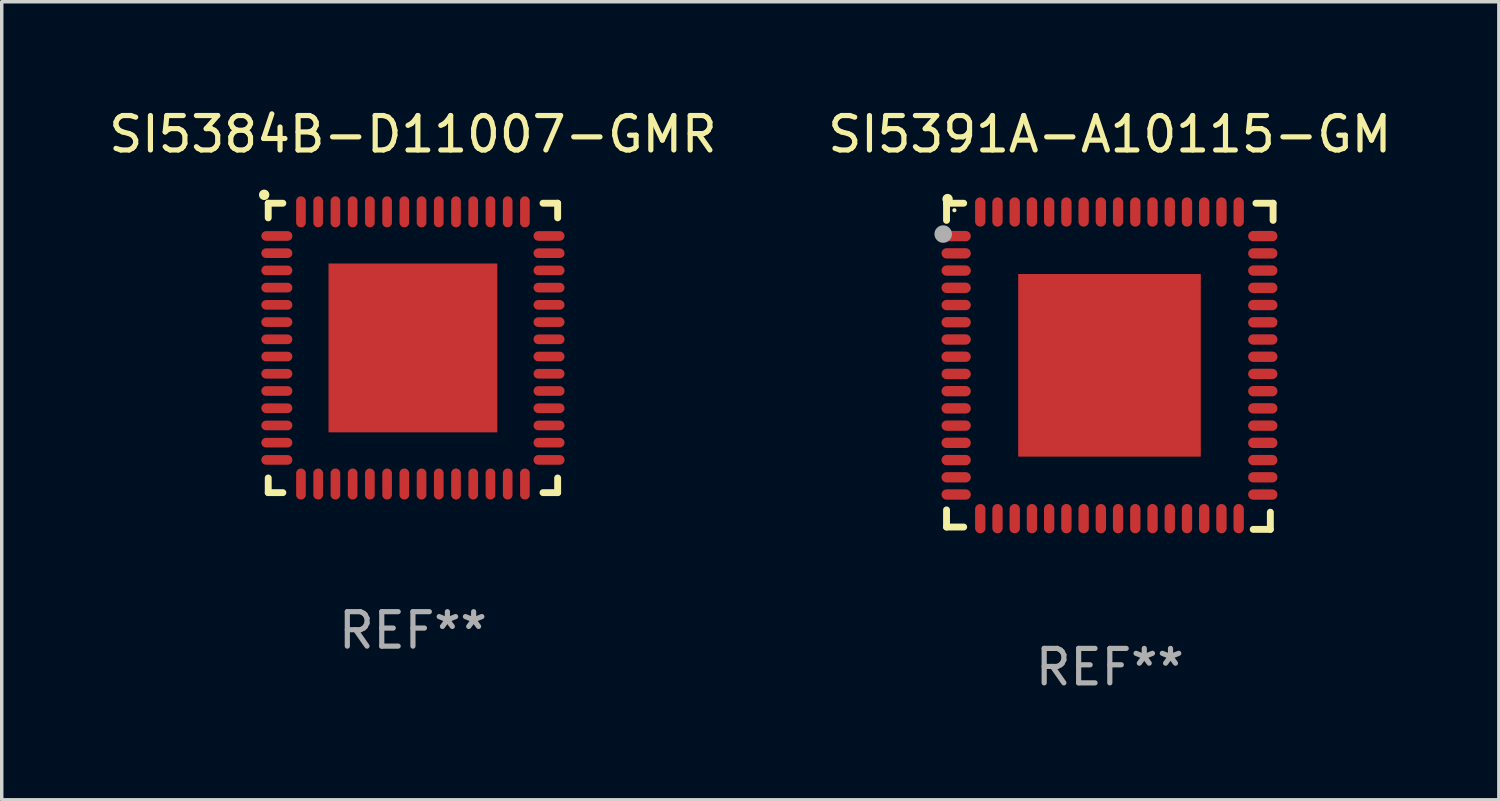
<source format=kicad_pcb>
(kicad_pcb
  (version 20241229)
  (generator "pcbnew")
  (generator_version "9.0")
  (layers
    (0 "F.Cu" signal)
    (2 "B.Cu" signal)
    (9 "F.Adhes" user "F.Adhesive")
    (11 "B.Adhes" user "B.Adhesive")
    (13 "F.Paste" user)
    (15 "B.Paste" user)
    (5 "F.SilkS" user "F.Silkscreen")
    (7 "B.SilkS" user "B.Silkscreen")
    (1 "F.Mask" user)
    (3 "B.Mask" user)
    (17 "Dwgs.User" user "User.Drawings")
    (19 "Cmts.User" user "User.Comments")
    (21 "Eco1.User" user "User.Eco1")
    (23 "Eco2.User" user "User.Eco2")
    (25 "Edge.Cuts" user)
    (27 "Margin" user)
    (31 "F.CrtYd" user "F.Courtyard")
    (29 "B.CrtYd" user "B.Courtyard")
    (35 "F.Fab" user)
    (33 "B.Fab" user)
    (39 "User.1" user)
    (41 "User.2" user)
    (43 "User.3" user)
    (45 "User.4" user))
  (footprint "SI5391A-A10115-GM"
    (layer "F.Cu")
    (at 29.161 7.581)
    (property "Reference" "SI5391A-A10115-GM" (at 0 -6.733 0) (layer "F.SilkS") (effects (font (size 1 1) (thickness 0.15))))
    (attr through_hole)
    (fp_line (start -4.739 -4.733) (end -4.241 -4.733) (stroke (width 0.2) (type solid)) (layer "F.SilkS"))
    (fp_line (start -4.739 -4.235) (end -4.739 -4.733) (stroke (width 0.2) (type solid)) (layer "F.SilkS"))
    (fp_line (start -4.739 4.168) (end -4.739 4.665) (stroke (width 0.2) (type solid)) (layer "F.SilkS"))
    (fp_line (start -4.739 4.665) (end -4.241 4.665) (stroke (width 0.2) (type solid)) (layer "F.SilkS"))
    (fp_line (start 4.161 4.733) (end 4.659 4.733) (stroke (width 0.2) (type solid)) (layer "F.SilkS"))
    (fp_line (start 4.241 -4.733) (end 4.739 -4.733) (stroke (width 0.2) (type solid)) (layer "F.SilkS"))
    (fp_line (start 4.659 4.733) (end 4.659 4.235) (stroke (width 0.2) (type solid)) (layer "F.SilkS"))
    (fp_line (start 4.739 -4.733) (end 4.739 -4.235) (stroke (width 0.2) (type solid)) (layer "F.SilkS"))
    (fp_arc (start -4.708623 -4.85108) (mid -4.708628 -4.85235) (end -4.708623 -4.85362) (stroke (width 0.3) (type solid)) (layer "F.SilkS"))
    (fp_circle (center -4.511 -4.529) (end -4.481 -4.529) (stroke (width 0.06) (type solid)) (fill no) (layer "F.SilkS"))
    (fp_circle (center -4.836 -3.838) (end -4.709 -3.838) (stroke (width 0.254) (type solid)) (fill no) (layer "F.Fab"))
    (fp_text user "REF**" (at 0 8.733 0) (layer "F.Fab") (effects (font (size 1 1) (thickness 0.15))))
    (pad "1" smd oval (at -4.46 -3.778) (size 0.85 0.3) (layers "F.Cu" "F.Mask" "F.Paste"))
    (pad "2" smd oval (at -4.46 -3.278) (size 0.85 0.3) (layers "F.Cu" "F.Mask" "F.Paste"))
    (pad "3" smd oval (at -4.46 -2.778) (size 0.85 0.3) (layers "F.Cu" "F.Mask" "F.Paste"))
    (pad "4" smd oval (at -4.46 -2.278) (size 0.85 0.3) (layers "F.Cu" "F.Mask" "F.Paste"))
    (pad "5" smd oval (at -4.46 -1.778) (size 0.85 0.3) (layers "F.Cu" "F.Mask" "F.Paste"))
    (pad "6" smd oval (at -4.46 -1.278) (size 0.85 0.3) (layers "F.Cu" "F.Mask" "F.Paste"))
    (pad "7" smd oval (at -4.46 -0.778) (size 0.85 0.3) (layers "F.Cu" "F.Mask" "F.Paste"))
    (pad "8" smd oval (at -4.46 -0.278) (size 0.85 0.3) (layers "F.Cu" "F.Mask" "F.Paste"))
    (pad "9" smd oval (at -4.46 0.222) (size 0.85 0.3) (layers "F.Cu" "F.Mask" "F.Paste"))
    (pad "10" smd oval (at -4.46 0.722) (size 0.85 0.3) (layers "F.Cu" "F.Mask" "F.Paste"))
    (pad "11" smd oval (at -4.46 1.222) (size 0.85 0.3) (layers "F.Cu" "F.Mask" "F.Paste"))
    (pad "12" smd oval (at -4.46 1.722) (size 0.85 0.3) (layers "F.Cu" "F.Mask" "F.Paste"))
    (pad "13" smd oval (at -4.46 2.222) (size 0.85 0.3) (layers "F.Cu" "F.Mask" "F.Paste"))
    (pad "14" smd oval (at -4.46 2.722) (size 0.85 0.3) (layers "F.Cu" "F.Mask" "F.Paste"))
    (pad "15" smd oval (at -4.46 3.222) (size 0.85 0.3) (layers "F.Cu" "F.Mask" "F.Paste"))
    (pad "16" smd oval (at -4.46 3.722) (size 0.85 0.3) (layers "F.Cu" "F.Mask" "F.Paste"))
    (pad "17" smd oval (at -3.76 4.422) (size 0.3 0.85) (layers "F.Cu" "F.Mask" "F.Paste"))
    (pad "18" smd oval (at -3.26 4.422) (size 0.3 0.85) (layers "F.Cu" "F.Mask" "F.Paste"))
    (pad "19" smd oval (at -2.76 4.422) (size 0.3 0.85) (layers "F.Cu" "F.Mask" "F.Paste"))
    (pad "20" smd oval (at -2.26 4.422) (size 0.3 0.85) (layers "F.Cu" "F.Mask" "F.Paste"))
    (pad "21" smd oval (at -1.76 4.422) (size 0.3 0.85) (layers "F.Cu" "F.Mask" "F.Paste"))
    (pad "22" smd oval (at -1.26 4.422) (size 0.3 0.85) (layers "F.Cu" "F.Mask" "F.Paste"))
    (pad "23" smd oval (at -0.76 4.422) (size 0.3 0.85) (layers "F.Cu" "F.Mask" "F.Paste"))
    (pad "24" smd oval (at -0.26 4.422) (size 0.3 0.85) (layers "F.Cu" "F.Mask" "F.Paste"))
    (pad "25" smd oval (at 0.24 4.422) (size 0.3 0.85) (layers "F.Cu" "F.Mask" "F.Paste"))
    (pad "26" smd oval (at 0.74 4.422) (size 0.3 0.85) (layers "F.Cu" "F.Mask" "F.Paste"))
    (pad "27" smd oval (at 1.24 4.422) (size 0.3 0.85) (layers "F.Cu" "F.Mask" "F.Paste"))
    (pad "28" smd oval (at 1.74 4.422) (size 0.3 0.85) (layers "F.Cu" "F.Mask" "F.Paste"))
    (pad "29" smd oval (at 2.24 4.422) (size 0.3 0.85) (layers "F.Cu" "F.Mask" "F.Paste"))
    (pad "30" smd oval (at 2.74 4.422) (size 0.3 0.85) (layers "F.Cu" "F.Mask" "F.Paste"))
    (pad "31" smd oval (at 3.24 4.422) (size 0.3 0.85) (layers "F.Cu" "F.Mask" "F.Paste"))
    (pad "32" smd oval (at 3.74 4.422) (size 0.3 0.85) (layers "F.Cu" "F.Mask" "F.Paste"))
    (pad "33" smd oval (at 4.44 3.723) (size 0.85 0.3) (layers "F.Cu" "F.Mask" "F.Paste"))
    (pad "34" smd oval (at 4.44 3.222) (size 0.85 0.3) (layers "F.Cu" "F.Mask" "F.Paste"))
    (pad "35" smd oval (at 4.44 2.723) (size 0.85 0.3) (layers "F.Cu" "F.Mask" "F.Paste"))
    (pad "36" smd oval (at 4.44 2.222) (size 0.85 0.3) (layers "F.Cu" "F.Mask" "F.Paste"))
    (pad "37" smd oval (at 4.44 1.723) (size 0.85 0.3) (layers "F.Cu" "F.Mask" "F.Paste"))
    (pad "38" smd oval (at 4.44 1.222) (size 0.85 0.3) (layers "F.Cu" "F.Mask" "F.Paste"))
    (pad "39" smd oval (at 4.44 0.723) (size 0.85 0.3) (layers "F.Cu" "F.Mask" "F.Paste"))
    (pad "40" smd oval (at 4.44 0.222) (size 0.85 0.3) (layers "F.Cu" "F.Mask" "F.Paste"))
    (pad "41" smd oval (at 4.44 -0.277) (size 0.85 0.3) (layers "F.Cu" "F.Mask" "F.Paste"))
    (pad "42" smd oval (at 4.44 -0.778) (size 0.85 0.3) (layers "F.Cu" "F.Mask" "F.Paste"))
    (pad "43" smd oval (at 4.44 -1.277) (size 0.85 0.3) (layers "F.Cu" "F.Mask" "F.Paste"))
    (pad "44" smd oval (at 4.44 -1.778) (size 0.85 0.3) (layers "F.Cu" "F.Mask" "F.Paste"))
    (pad "45" smd oval (at 4.44 -2.277) (size 0.85 0.3) (layers "F.Cu" "F.Mask" "F.Paste"))
    (pad "46" smd oval (at 4.44 -2.778) (size 0.85 0.3) (layers "F.Cu" "F.Mask" "F.Paste"))
    (pad "47" smd oval (at 4.44 -3.277) (size 0.85 0.3) (layers "F.Cu" "F.Mask" "F.Paste"))
    (pad "48" smd oval (at 4.44 -3.778) (size 0.85 0.3) (layers "F.Cu" "F.Mask" "F.Paste"))
    (pad "49" smd oval (at 3.74 -4.478) (size 0.3 0.85) (layers "F.Cu" "F.Mask" "F.Paste"))
    (pad "50" smd oval (at 3.24 -4.478) (size 0.3 0.85) (layers "F.Cu" "F.Mask" "F.Paste"))
    (pad "51" smd oval (at 2.74 -4.478) (size 0.3 0.85) (layers "F.Cu" "F.Mask" "F.Paste"))
    (pad "52" smd oval (at 2.24 -4.478) (size 0.3 0.85) (layers "F.Cu" "F.Mask" "F.Paste"))
    (pad "53" smd oval (at 1.74 -4.478) (size 0.3 0.85) (layers "F.Cu" "F.Mask" "F.Paste"))
    (pad "54" smd oval (at 1.24 -4.478) (size 0.3 0.85) (layers "F.Cu" "F.Mask" "F.Paste"))
    (pad "55" smd oval (at 0.74 -4.478) (size 0.3 0.85) (layers "F.Cu" "F.Mask" "F.Paste"))
    (pad "56" smd oval (at 0.24 -4.478) (size 0.3 0.85) (layers "F.Cu" "F.Mask" "F.Paste"))
    (pad "57" smd oval (at -0.26 -4.478) (size 0.3 0.85) (layers "F.Cu" "F.Mask" "F.Paste"))
    (pad "58" smd oval (at -0.76 -4.478) (size 0.3 0.85) (layers "F.Cu" "F.Mask" "F.Paste"))
    (pad "59" smd oval (at -1.26 -4.478) (size 0.3 0.85) (layers "F.Cu" "F.Mask" "F.Paste"))
    (pad "60" smd oval (at -1.76 -4.478) (size 0.3 0.85) (layers "F.Cu" "F.Mask" "F.Paste"))
    (pad "61" smd oval (at -2.26 -4.478) (size 0.3 0.85) (layers "F.Cu" "F.Mask" "F.Paste"))
    (pad "62" smd oval (at -2.76 -4.478) (size 0.3 0.85) (layers "F.Cu" "F.Mask" "F.Paste"))
    (pad "63" smd oval (at -3.26 -4.478) (size 0.3 0.85) (layers "F.Cu" "F.Mask" "F.Paste"))
    (pad "64" smd oval (at -3.76 -4.478) (size 0.3 0.85) (layers "F.Cu" "F.Mask" "F.Paste"))
    (pad "65" smd rect (at -0.009 -0.028 90) (size 5.3 5.3) (layers "F.Cu" "F.Mask" "F.Paste")))
  (footprint "SI5384B-D11007-GMR"
    (layer "F.Cu")
    (at 8.935 7.048)
    (property "Reference" "SI5384B-D11007-GMR" (at 0 -6.2 0) (layer "F.SilkS") (effects (font (size 1 1) (thickness 0.15))))
    (attr through_hole)
    (fp_line (start -4.2 -4.2) (end -3.775 -4.2) (stroke (width 0.2) (type solid)) (layer "F.SilkS"))
    (fp_line (start -4.2 -3.775) (end -4.2 -4.2) (stroke (width 0.2) (type solid)) (layer "F.SilkS"))
    (fp_line (start -4.2 3.775) (end -4.2 4.2) (stroke (width 0.2) (type solid)) (layer "F.SilkS"))
    (fp_line (start -4.2 4.2) (end -3.775 4.2) (stroke (width 0.2) (type solid)) (layer "F.SilkS"))
    (fp_line (start 3.775 4.2) (end 4.2 4.2) (stroke (width 0.2) (type solid)) (layer "F.SilkS"))
    (fp_line (start 4.2 -4.2) (end 3.775 -4.2) (stroke (width 0.2) (type solid)) (layer "F.SilkS"))
    (fp_line (start 4.2 -3.775) (end 4.2 -4.2) (stroke (width 0.2) (type solid)) (layer "F.SilkS"))
    (fp_line (start 4.2 4.2) (end 4.2 3.775) (stroke (width 0.2) (type solid)) (layer "F.SilkS"))
    (fp_arc (start -4.318009 -4.442469) (mid -4.318014 -4.443739) (end -4.318009 -4.445009) (stroke (width 0.3) (type solid)) (layer "F.SilkS"))
    (fp_text user "REF**" (at 0 8.2 0) (layer "F.Fab") (effects (font (size 1 1) (thickness 0.15))))
    (pad "1" smd oval (at -3.95 -3.25 90) (size 0.28 0.9) (layers "F.Cu" "F.Mask" "F.Paste"))
    (pad "2" smd oval (at -3.95 -2.75 90) (size 0.28 0.9) (layers "F.Cu" "F.Mask" "F.Paste"))
    (pad "3" smd oval (at -3.95 -2.25 90) (size 0.28 0.9) (layers "F.Cu" "F.Mask" "F.Paste"))
    (pad "4" smd oval (at -3.95 -1.75 90) (size 0.28 0.9) (layers "F.Cu" "F.Mask" "F.Paste"))
    (pad "5" smd oval (at -3.95 -1.25 90) (size 0.28 0.9) (layers "F.Cu" "F.Mask" "F.Paste"))
    (pad "6" smd oval (at -3.95 -0.75 90) (size 0.28 0.9) (layers "F.Cu" "F.Mask" "F.Paste"))
    (pad "7" smd oval (at -3.95 -0.25 90) (size 0.28 0.9) (layers "F.Cu" "F.Mask" "F.Paste"))
    (pad "8" smd oval (at -3.95 0.25 90) (size 0.28 0.9) (layers "F.Cu" "F.Mask" "F.Paste"))
    (pad "9" smd oval (at -3.95 0.75 90) (size 0.28 0.9) (layers "F.Cu" "F.Mask" "F.Paste"))
    (pad "10" smd oval (at -3.95 1.25 90) (size 0.28 0.9) (layers "F.Cu" "F.Mask" "F.Paste"))
    (pad "11" smd oval (at -3.95 1.75 90) (size 0.28 0.9) (layers "F.Cu" "F.Mask" "F.Paste"))
    (pad "12" smd oval (at -3.95 2.25 90) (size 0.28 0.9) (layers "F.Cu" "F.Mask" "F.Paste"))
    (pad "13" smd oval (at -3.95 2.75 90) (size 0.28 0.9) (layers "F.Cu" "F.Mask" "F.Paste"))
    (pad "14" smd oval (at -3.95 3.25 90) (size 0.28 0.9) (layers "F.Cu" "F.Mask" "F.Paste"))
    (pad "15" smd oval (at -3.25 3.95) (size 0.28 0.9) (layers "F.Cu" "F.Mask" "F.Paste"))
    (pad "16" smd oval (at -2.75 3.95) (size 0.28 0.9) (layers "F.Cu" "F.Mask" "F.Paste"))
    (pad "17" smd oval (at -2.25 3.95) (size 0.28 0.9) (layers "F.Cu" "F.Mask" "F.Paste"))
    (pad "18" smd oval (at -1.75 3.95) (size 0.28 0.9) (layers "F.Cu" "F.Mask" "F.Paste"))
    (pad "19" smd oval (at -1.25 3.95) (size 0.28 0.9) (layers "F.Cu" "F.Mask" "F.Paste"))
    (pad "20" smd oval (at -0.75 3.95) (size 0.28 0.9) (layers "F.Cu" "F.Mask" "F.Paste"))
    (pad "21" smd oval (at -0.25 3.95) (size 0.28 0.9) (layers "F.Cu" "F.Mask" "F.Paste"))
    (pad "22" smd oval (at 0.25 3.95) (size 0.28 0.9) (layers "F.Cu" "F.Mask" "F.Paste"))
    (pad "23" smd oval (at 0.75 3.95) (size 0.28 0.9) (layers "F.Cu" "F.Mask" "F.Paste"))
    (pad "24" smd oval (at 1.25 3.95) (size 0.28 0.9) (layers "F.Cu" "F.Mask" "F.Paste"))
    (pad "25" smd oval (at 1.75 3.95) (size 0.28 0.9) (layers "F.Cu" "F.Mask" "F.Paste"))
    (pad "26" smd oval (at 2.25 3.95) (size 0.28 0.9) (layers "F.Cu" "F.Mask" "F.Paste"))
    (pad "27" smd oval (at 2.75 3.95) (size 0.28 0.9) (layers "F.Cu" "F.Mask" "F.Paste"))
    (pad "28" smd oval (at 3.25 3.95) (size 0.28 0.9) (layers "F.Cu" "F.Mask" "F.Paste"))
    (pad "29" smd oval (at 3.95 3.25 90) (size 0.28 0.9) (layers "F.Cu" "F.Mask" "F.Paste"))
    (pad "30" smd oval (at 3.95 2.75 90) (size 0.28 0.9) (layers "F.Cu" "F.Mask" "F.Paste"))
    (pad "31" smd oval (at 3.95 2.25 90) (size 0.28 0.9) (layers "F.Cu" "F.Mask" "F.Paste"))
    (pad "32" smd oval (at 3.95 1.75 90) (size 0.28 0.9) (layers "F.Cu" "F.Mask" "F.Paste"))
    (pad "33" smd oval (at 3.95 1.25 90) (size 0.28 0.9) (layers "F.Cu" "F.Mask" "F.Paste"))
    (pad "34" smd oval (at 3.95 0.75 90) (size 0.28 0.9) (layers "F.Cu" "F.Mask" "F.Paste"))
    (pad "35" smd oval (at 3.95 0.25 90) (size 0.28 0.9) (layers "F.Cu" "F.Mask" "F.Paste"))
    (pad "36" smd oval (at 3.95 -0.25 90) (size 0.28 0.9) (layers "F.Cu" "F.Mask" "F.Paste"))
    (pad "37" smd oval (at 3.95 -0.75 90) (size 0.28 0.9) (layers "F.Cu" "F.Mask" "F.Paste"))
    (pad "38" smd oval (at 3.95 -1.25 90) (size 0.28 0.9) (layers "F.Cu" "F.Mask" "F.Paste"))
    (pad "39" smd oval (at 3.95 -1.75 90) (size 0.28 0.9) (layers "F.Cu" "F.Mask" "F.Paste"))
    (pad "40" smd oval (at 3.95 -2.25 90) (size 0.28 0.9) (layers "F.Cu" "F.Mask" "F.Paste"))
    (pad "41" smd oval (at 3.95 -2.75 90) (size 0.28 0.9) (layers "F.Cu" "F.Mask" "F.Paste"))
    (pad "42" smd oval (at 3.95 -3.25 90) (size 0.28 0.9) (layers "F.Cu" "F.Mask" "F.Paste"))
    (pad "43" smd oval (at 3.25 -3.95) (size 0.28 0.9) (layers "F.Cu" "F.Mask" "F.Paste"))
    (pad "44" smd oval (at 2.75 -3.95) (size 0.28 0.9) (layers "F.Cu" "F.Mask" "F.Paste"))
    (pad "45" smd oval (at 2.25 -3.95) (size 0.28 0.9) (layers "F.Cu" "F.Mask" "F.Paste"))
    (pad "46" smd oval (at 1.75 -3.95) (size 0.28 0.9) (layers "F.Cu" "F.Mask" "F.Paste"))
    (pad "47" smd oval (at 1.25 -3.95) (size 0.28 0.9) (layers "F.Cu" "F.Mask" "F.Paste"))
    (pad "48" smd oval (at 0.75 -3.95) (size 0.28 0.9) (layers "F.Cu" "F.Mask" "F.Paste"))
    (pad "49" smd oval (at 0.25 -3.95) (size 0.28 0.9) (layers "F.Cu" "F.Mask" "F.Paste"))
    (pad "50" smd oval (at -0.25 -3.95) (size 0.28 0.9) (layers "F.Cu" "F.Mask" "F.Paste"))
    (pad "51" smd oval (at -0.75 -3.95) (size 0.28 0.9) (layers "F.Cu" "F.Mask" "F.Paste"))
    (pad "52" smd oval (at -1.25 -3.95) (size 0.28 0.9) (layers "F.Cu" "F.Mask" "F.Paste"))
    (pad "53" smd oval (at -1.75 -3.95) (size 0.28 0.9) (layers "F.Cu" "F.Mask" "F.Paste"))
    (pad "54" smd oval (at -2.25 -3.95) (size 0.28 0.9) (layers "F.Cu" "F.Mask" "F.Paste"))
    (pad "55" smd oval (at -2.75 -3.95) (size 0.28 0.9) (layers "F.Cu" "F.Mask" "F.Paste"))
    (pad "56" smd oval (at -3.25 -3.95) (size 0.28 0.9) (layers "F.Cu" "F.Mask" "F.Paste"))
    (pad "57" smd rect (at 0 0) (size 4.9 4.9) (layers "F.Cu" "F.Mask" "F.Paste")))
  (gr_rect
    (start -3 -3)
    (end 40.452 20.162)
    (stroke (width 0.1) (type default))
    (fill no)
    (layer "Edge.Cuts")))
</source>
